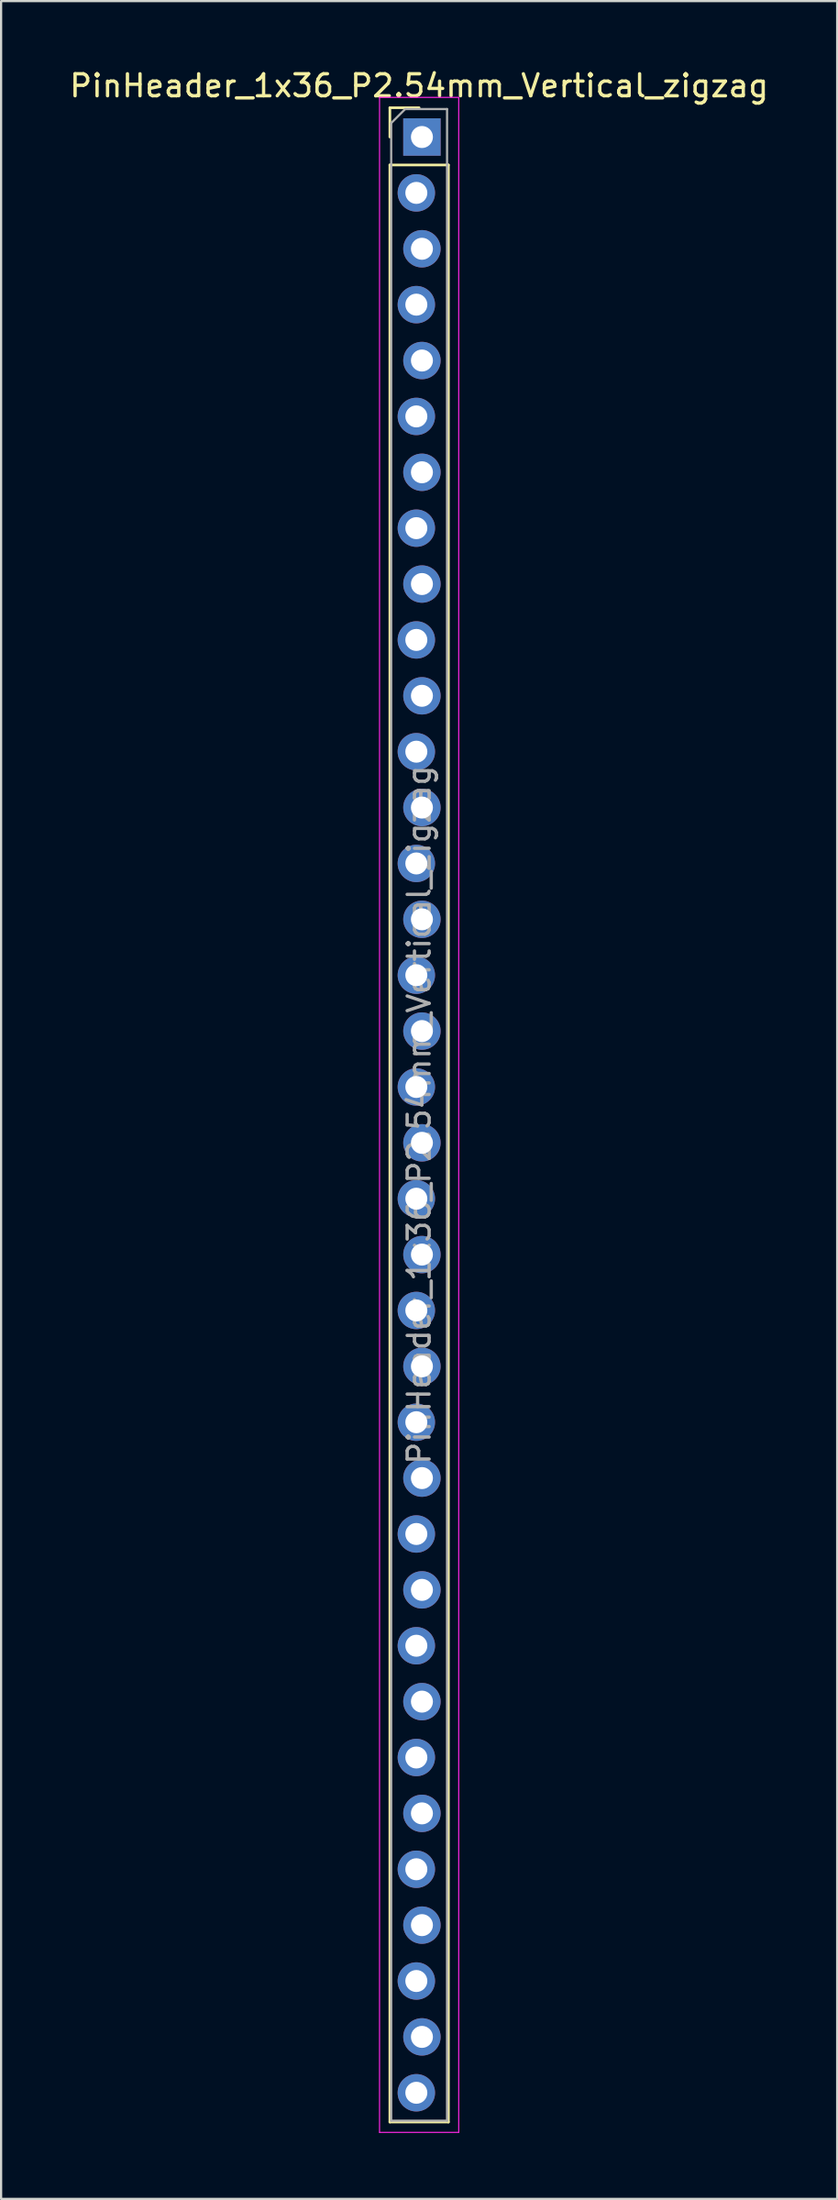
<source format=kicad_pcb>
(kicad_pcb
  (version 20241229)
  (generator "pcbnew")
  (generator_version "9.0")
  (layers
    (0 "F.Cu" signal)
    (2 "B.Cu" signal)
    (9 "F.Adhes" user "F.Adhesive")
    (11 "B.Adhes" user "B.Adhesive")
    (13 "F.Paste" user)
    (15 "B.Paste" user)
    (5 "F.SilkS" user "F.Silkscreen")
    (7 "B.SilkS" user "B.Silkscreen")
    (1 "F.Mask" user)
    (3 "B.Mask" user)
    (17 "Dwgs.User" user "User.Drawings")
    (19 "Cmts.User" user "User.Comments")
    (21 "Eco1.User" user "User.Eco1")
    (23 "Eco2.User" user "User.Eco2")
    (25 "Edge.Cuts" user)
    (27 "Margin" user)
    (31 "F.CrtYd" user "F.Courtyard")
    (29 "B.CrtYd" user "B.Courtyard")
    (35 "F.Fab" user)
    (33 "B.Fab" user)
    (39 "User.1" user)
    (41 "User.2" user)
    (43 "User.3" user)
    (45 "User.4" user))
  (footprint "PinHeader_1x36_P2.54mm_Vertical_zigzag"
    (layer "F.Cu")
    (at 16.006 3.178)
    (property "Reference" "PinHeader_1x36_P2.54mm_Vertical_zigzag" (at 0 -2.33 0) (layer "F.SilkS") (effects (font (size 1 1) (thickness 0.15))))
    (attr through_hole)
    (fp_line (start -1.33 -1.33) (end 0 -1.33) (stroke (width 0.12) (type solid)) (layer "F.SilkS"))
    (fp_line (start -1.33 0) (end -1.33 -1.33) (stroke (width 0.12) (type solid)) (layer "F.SilkS"))
    (fp_line (start -1.33 1.27) (end -1.33 90.23) (stroke (width 0.12) (type solid)) (layer "F.SilkS"))
    (fp_line (start -1.33 1.27) (end 1.33 1.27) (stroke (width 0.12) (type solid)) (layer "F.SilkS"))
    (fp_line (start -1.33 90.23) (end 1.33 90.23) (stroke (width 0.12) (type solid)) (layer "F.SilkS"))
    (fp_line (start 1.33 1.27) (end 1.33 90.23) (stroke (width 0.12) (type solid)) (layer "F.SilkS"))
    (fp_line (start -1.8 -1.8) (end -1.8 90.7) (stroke (width 0.05) (type solid)) (layer "F.CrtYd"))
    (fp_line (start -1.8 90.7) (end 1.8 90.7) (stroke (width 0.05) (type solid)) (layer "F.CrtYd"))
    (fp_line (start 1.8 -1.8) (end -1.8 -1.8) (stroke (width 0.05) (type solid)) (layer "F.CrtYd"))
    (fp_line (start 1.8 90.7) (end 1.8 -1.8) (stroke (width 0.05) (type solid)) (layer "F.CrtYd"))
    (fp_line (start -1.27 -0.635) (end -0.635 -1.27) (stroke (width 0.1) (type solid)) (layer "F.Fab"))
    (fp_line (start -1.27 90.17) (end -1.27 -0.635) (stroke (width 0.1) (type solid)) (layer "F.Fab"))
    (fp_line (start -0.635 -1.27) (end 1.27 -1.27) (stroke (width 0.1) (type solid)) (layer "F.Fab"))
    (fp_line (start 1.27 -1.27) (end 1.27 90.17) (stroke (width 0.1) (type solid)) (layer "F.Fab"))
    (fp_line (start 1.27 90.17) (end -1.27 90.17) (stroke (width 0.1) (type solid)) (layer "F.Fab"))
    (fp_text user "${REFERENCE}" (at 0 44.45 90) (layer "F.Fab") (effects (font (size 1 1) (thickness 0.15))))
    (pad "1" thru_hole rect (at 0.127 0) (size 1.7 1.7) (drill 1) (layers "*.Cu" "*.Mask"))
    (pad "2" thru_hole oval (at -0.127 2.54) (size 1.7 1.7) (drill 1) (layers "*.Cu" "*.Mask"))
    (pad "3" thru_hole oval (at 0.127 5.08) (size 1.7 1.7) (drill 1) (layers "*.Cu" "*.Mask"))
    (pad "4" thru_hole oval (at -0.127 7.62) (size 1.7 1.7) (drill 1) (layers "*.Cu" "*.Mask"))
    (pad "5" thru_hole oval (at 0.127 10.16) (size 1.7 1.7) (drill 1) (layers "*.Cu" "*.Mask"))
    (pad "6" thru_hole oval (at -0.127 12.7) (size 1.7 1.7) (drill 1) (layers "*.Cu" "*.Mask"))
    (pad "7" thru_hole oval (at 0.127 15.24) (size 1.7 1.7) (drill 1) (layers "*.Cu" "*.Mask"))
    (pad "8" thru_hole oval (at -0.127 17.78) (size 1.7 1.7) (drill 1) (layers "*.Cu" "*.Mask"))
    (pad "9" thru_hole oval (at 0.127 20.32) (size 1.7 1.7) (drill 1) (layers "*.Cu" "*.Mask"))
    (pad "10" thru_hole oval (at -0.127 22.86) (size 1.7 1.7) (drill 1) (layers "*.Cu" "*.Mask"))
    (pad "11" thru_hole oval (at 0.127 25.4) (size 1.7 1.7) (drill 1) (layers "*.Cu" "*.Mask"))
    (pad "12" thru_hole oval (at -0.127 27.94) (size 1.7 1.7) (drill 1) (layers "*.Cu" "*.Mask"))
    (pad "13" thru_hole oval (at 0.127 30.48) (size 1.7 1.7) (drill 1) (layers "*.Cu" "*.Mask"))
    (pad "14" thru_hole oval (at -0.127 33.02) (size 1.7 1.7) (drill 1) (layers "*.Cu" "*.Mask"))
    (pad "15" thru_hole oval (at 0.127 35.56) (size 1.7 1.7) (drill 1) (layers "*.Cu" "*.Mask"))
    (pad "16" thru_hole oval (at -0.127 38.1) (size 1.7 1.7) (drill 1) (layers "*.Cu" "*.Mask"))
    (pad "17" thru_hole oval (at 0.127 40.64) (size 1.7 1.7) (drill 1) (layers "*.Cu" "*.Mask"))
    (pad "18" thru_hole oval (at -0.127 43.18) (size 1.7 1.7) (drill 1) (layers "*.Cu" "*.Mask"))
    (pad "19" thru_hole oval (at 0.127 45.72) (size 1.7 1.7) (drill 1) (layers "*.Cu" "*.Mask"))
    (pad "20" thru_hole oval (at -0.127 48.26) (size 1.7 1.7) (drill 1) (layers "*.Cu" "*.Mask"))
    (pad "21" thru_hole oval (at 0.127 50.8) (size 1.7 1.7) (drill 1) (layers "*.Cu" "*.Mask"))
    (pad "22" thru_hole oval (at -0.127 53.34) (size 1.7 1.7) (drill 1) (layers "*.Cu" "*.Mask"))
    (pad "23" thru_hole oval (at 0.127 55.88) (size 1.7 1.7) (drill 1) (layers "*.Cu" "*.Mask"))
    (pad "24" thru_hole oval (at -0.127 58.42) (size 1.7 1.7) (drill 1) (layers "*.Cu" "*.Mask"))
    (pad "25" thru_hole oval (at 0.127 60.96) (size 1.7 1.7) (drill 1) (layers "*.Cu" "*.Mask"))
    (pad "26" thru_hole oval (at -0.127 63.5) (size 1.7 1.7) (drill 1) (layers "*.Cu" "*.Mask"))
    (pad "27" thru_hole oval (at 0.127 66.04) (size 1.7 1.7) (drill 1) (layers "*.Cu" "*.Mask"))
    (pad "28" thru_hole oval (at -0.127 68.58) (size 1.7 1.7) (drill 1) (layers "*.Cu" "*.Mask"))
    (pad "29" thru_hole oval (at 0.127 71.12) (size 1.7 1.7) (drill 1) (layers "*.Cu" "*.Mask"))
    (pad "30" thru_hole oval (at -0.127 73.66) (size 1.7 1.7) (drill 1) (layers "*.Cu" "*.Mask"))
    (pad "31" thru_hole oval (at 0.127 76.2) (size 1.7 1.7) (drill 1) (layers "*.Cu" "*.Mask"))
    (pad "32" thru_hole oval (at -0.127 78.74) (size 1.7 1.7) (drill 1) (layers "*.Cu" "*.Mask"))
    (pad "33" thru_hole oval (at 0.127 81.28) (size 1.7 1.7) (drill 1) (layers "*.Cu" "*.Mask"))
    (pad "34" thru_hole oval (at -0.127 83.82) (size 1.7 1.7) (drill 1) (layers "*.Cu" "*.Mask"))
    (pad "35" thru_hole oval (at 0.127 86.36) (size 1.7 1.7) (drill 1) (layers "*.Cu" "*.Mask"))
    (pad "36" thru_hole oval (at -0.127 88.9) (size 1.7 1.7) (drill 1) (layers "*.Cu" "*.Mask")))
  (gr_rect
    (start -3 -3)
    (end 35.012 96.903)
    (stroke (width 0.1) (type default))
    (fill no)
    (layer "Edge.Cuts")))
</source>
